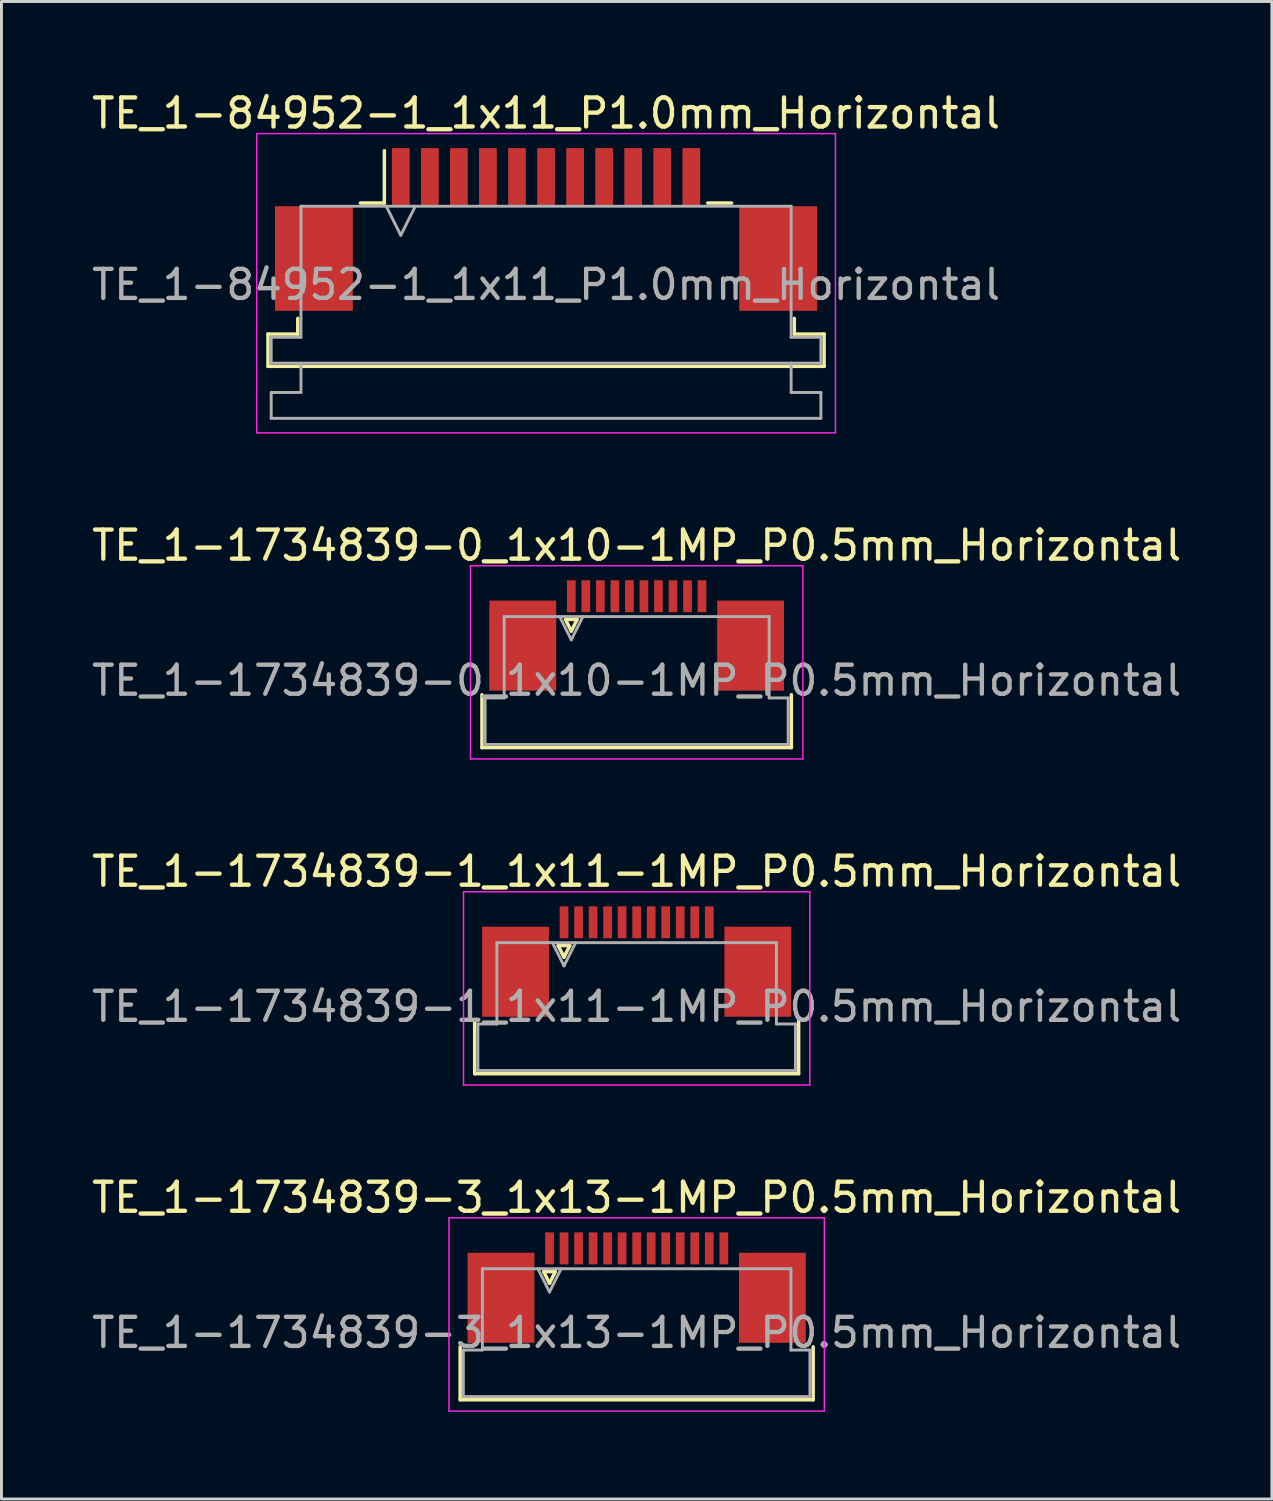
<source format=kicad_pcb>
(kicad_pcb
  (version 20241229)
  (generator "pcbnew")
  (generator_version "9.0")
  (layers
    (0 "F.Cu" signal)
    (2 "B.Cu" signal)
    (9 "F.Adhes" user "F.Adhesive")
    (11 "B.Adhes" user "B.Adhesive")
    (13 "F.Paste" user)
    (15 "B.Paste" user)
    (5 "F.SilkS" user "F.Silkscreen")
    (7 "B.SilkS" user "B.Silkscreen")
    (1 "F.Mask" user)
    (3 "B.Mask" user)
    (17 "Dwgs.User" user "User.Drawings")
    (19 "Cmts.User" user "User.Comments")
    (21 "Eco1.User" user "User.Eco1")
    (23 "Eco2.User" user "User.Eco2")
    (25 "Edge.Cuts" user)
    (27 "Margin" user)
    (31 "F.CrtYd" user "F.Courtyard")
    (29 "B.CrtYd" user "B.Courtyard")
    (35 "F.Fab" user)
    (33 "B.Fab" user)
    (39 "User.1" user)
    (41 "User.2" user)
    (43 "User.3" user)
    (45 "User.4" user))
  (footprint "TE_1-84952-1_1x11_P1.0mm_Horizontal"
    (layer "F.Cu")
    (at 15.744 4.848)
    (property "Reference" "TE_1-84952-1_1x11_P1.0mm_Horizontal" (at 0 -4 0) (layer "F.SilkS") (effects (font (size 1 1) (thickness 0.15))))
    (attr smd)
    (fp_line (start -9.57 3.6) (end -8.545 3.6) (stroke (width 0.12) (type solid)) (layer "F.SilkS"))
    (fp_line (start -9.57 4.71) (end -9.57 3.6) (stroke (width 0.12) (type solid)) (layer "F.SilkS"))
    (fp_line (start -8.545 3.6) (end -8.545 3.06) (stroke (width 0.12) (type solid)) (layer "F.SilkS"))
    (fp_line (start -6.39 -0.91) (end -5.565 -0.91) (stroke (width 0.12) (type solid)) (layer "F.SilkS"))
    (fp_line (start -5.565 -0.91) (end -5.565 -2.71) (stroke (width 0.12) (type solid)) (layer "F.SilkS"))
    (fp_line (start 5.565 -0.91) (end 6.39 -0.91) (stroke (width 0.12) (type solid)) (layer "F.SilkS"))
    (fp_line (start 8.545 3.06) (end 8.545 3.6) (stroke (width 0.12) (type solid)) (layer "F.SilkS"))
    (fp_line (start 8.545 3.6) (end 9.57 3.6) (stroke (width 0.12) (type solid)) (layer "F.SilkS"))
    (fp_line (start 9.57 3.6) (end 9.57 4.71) (stroke (width 0.12) (type solid)) (layer "F.SilkS"))
    (fp_line (start 9.57 4.71) (end -9.57 4.71) (stroke (width 0.12) (type solid)) (layer "F.SilkS"))
    (fp_line (start -9.96 -3.3) (end -9.96 7) (stroke (width 0.05) (type solid)) (layer "F.CrtYd"))
    (fp_line (start -9.96 7) (end 9.96 7) (stroke (width 0.05) (type solid)) (layer "F.CrtYd"))
    (fp_line (start 9.96 -3.3) (end -9.96 -3.3) (stroke (width 0.05) (type solid)) (layer "F.CrtYd"))
    (fp_line (start 9.96 7) (end 9.96 -3.3) (stroke (width 0.05) (type solid)) (layer "F.CrtYd"))
    (fp_line (start -9.46 3.71) (end -8.435 3.71) (stroke (width 0.1) (type solid)) (layer "F.Fab"))
    (fp_line (start -9.46 4.6) (end -9.46 3.71) (stroke (width 0.1) (type solid)) (layer "F.Fab"))
    (fp_line (start -9.46 5.61) (end -8.435 5.61) (stroke (width 0.1) (type solid)) (layer "F.Fab"))
    (fp_line (start -9.46 6.5) (end -9.46 5.61) (stroke (width 0.1) (type solid)) (layer "F.Fab"))
    (fp_line (start -8.435 -0.8) (end 8.435 -0.8) (stroke (width 0.1) (type solid)) (layer "F.Fab"))
    (fp_line (start -8.435 3.71) (end -8.435 -0.8) (stroke (width 0.1) (type solid)) (layer "F.Fab"))
    (fp_line (start -8.435 5.61) (end -8.435 4.6) (stroke (width 0.1) (type solid)) (layer "F.Fab"))
    (fp_line (start -5.5 -0.8) (end -5 0.2) (stroke (width 0.1) (type solid)) (layer "F.Fab"))
    (fp_line (start -5 0.2) (end -4.5 -0.8) (stroke (width 0.1) (type solid)) (layer "F.Fab"))
    (fp_line (start 8.435 -0.8) (end 8.435 3.71) (stroke (width 0.1) (type solid)) (layer "F.Fab"))
    (fp_line (start 8.435 3.71) (end 9.46 3.71) (stroke (width 0.1) (type solid)) (layer "F.Fab"))
    (fp_line (start 8.435 4.6) (end 8.435 5.61) (stroke (width 0.1) (type solid)) (layer "F.Fab"))
    (fp_line (start 8.435 5.61) (end 9.46 5.61) (stroke (width 0.1) (type solid)) (layer "F.Fab"))
    (fp_line (start 9.46 3.71) (end 9.46 4.6) (stroke (width 0.1) (type solid)) (layer "F.Fab"))
    (fp_line (start 9.46 4.6) (end -9.46 4.6) (stroke (width 0.1) (type solid)) (layer "F.Fab"))
    (fp_line (start 9.46 5.61) (end 9.46 6.5) (stroke (width 0.1) (type solid)) (layer "F.Fab"))
    (fp_line (start 9.46 6.5) (end -9.46 6.5) (stroke (width 0.1) (type solid)) (layer "F.Fab"))
    (fp_text user "${REFERENCE}" (at 0 1.9 0) (layer "F.Fab") (effects (font (size 1 1) (thickness 0.15))))
    (pad "" smd rect (at -7.99 1) (size 2.68 3.6) (layers "F.Cu" "F.Mask" "F.Paste"))
    (pad "" smd rect (at 7.99 1) (size 2.68 3.6) (layers "F.Cu" "F.Mask" "F.Paste"))
    (pad "1" smd rect (at -5 -1.8) (size 0.61 2) (layers "F.Cu" "F.Mask" "F.Paste"))
    (pad "2" smd rect (at -4 -1.8) (size 0.61 2) (layers "F.Cu" "F.Mask" "F.Paste"))
    (pad "3" smd rect (at -3 -1.8) (size 0.61 2) (layers "F.Cu" "F.Mask" "F.Paste"))
    (pad "4" smd rect (at -2 -1.8) (size 0.61 2) (layers "F.Cu" "F.Mask" "F.Paste"))
    (pad "5" smd rect (at -1 -1.8) (size 0.61 2) (layers "F.Cu" "F.Mask" "F.Paste"))
    (pad "6" smd rect (at 0 -1.8) (size 0.61 2) (layers "F.Cu" "F.Mask" "F.Paste"))
    (pad "7" smd rect (at 1 -1.8) (size 0.61 2) (layers "F.Cu" "F.Mask" "F.Paste"))
    (pad "8" smd rect (at 2 -1.8) (size 0.61 2) (layers "F.Cu" "F.Mask" "F.Paste"))
    (pad "9" smd rect (at 3 -1.8) (size 0.61 2) (layers "F.Cu" "F.Mask" "F.Paste"))
    (pad "10" smd rect (at 4 -1.8) (size 0.61 2) (layers "F.Cu" "F.Mask" "F.Paste"))
    (pad "11" smd rect (at 5 -1.8) (size 0.61 2) (layers "F.Cu" "F.Mask" "F.Paste")))
  (footprint "TE_1-1734839-0_1x10-1MP_P0.5mm_Horizontal"
    (layer "F.Cu")
    (at 18.863 18.822)
    (property "Reference" "TE_1-1734839-0_1x10-1MP_P0.5mm_Horizontal" (at 0 -3.1 0) (layer "F.SilkS") (effects (font (size 1 1) (thickness 0.15))))
    (attr smd)
    (fp_line (start -5.325 3.86) (end -5.325 2.04) (stroke (width 0.12) (type solid)) (layer "F.SilkS"))
    (fp_line (start -2.45 -0.55) (end -2.25 -0.15) (stroke (width 0.12) (type solid)) (layer "F.SilkS"))
    (fp_line (start -2.25 -0.15) (end -2.05 -0.55) (stroke (width 0.12) (type solid)) (layer "F.SilkS"))
    (fp_line (start -2.05 -0.55) (end -2.45 -0.55) (stroke (width 0.12) (type solid)) (layer "F.SilkS"))
    (fp_line (start 5.325 2.04) (end 5.325 3.86) (stroke (width 0.12) (type solid)) (layer "F.SilkS"))
    (fp_line (start 5.325 3.86) (end -5.325 3.86) (stroke (width 0.12) (type solid)) (layer "F.SilkS"))
    (fp_line (start -5.72 -2.4) (end -5.72 4.25) (stroke (width 0.05) (type solid)) (layer "F.CrtYd"))
    (fp_line (start -5.72 4.25) (end 5.72 4.25) (stroke (width 0.05) (type solid)) (layer "F.CrtYd"))
    (fp_line (start 5.72 -2.4) (end -5.72 -2.4) (stroke (width 0.05) (type solid)) (layer "F.CrtYd"))
    (fp_line (start 5.72 4.25) (end 5.72 -2.4) (stroke (width 0.05) (type solid)) (layer "F.CrtYd"))
    (fp_line (start -5.215 2.15) (end -4.56 2.15) (stroke (width 0.1) (type solid)) (layer "F.Fab"))
    (fp_line (start -5.215 3.75) (end -5.215 2.15) (stroke (width 0.1) (type solid)) (layer "F.Fab"))
    (fp_line (start -4.56 -0.65) (end 4.56 -0.65) (stroke (width 0.1) (type solid)) (layer "F.Fab"))
    (fp_line (start -4.56 2.15) (end -4.56 -0.65) (stroke (width 0.1) (type solid)) (layer "F.Fab"))
    (fp_line (start -2.65 -0.65) (end -2.25 0.15) (stroke (width 0.1) (type solid)) (layer "F.Fab"))
    (fp_line (start -2.25 0.15) (end -1.85 -0.65) (stroke (width 0.1) (type solid)) (layer "F.Fab"))
    (fp_line (start 4.56 -0.65) (end 4.56 2.15) (stroke (width 0.1) (type solid)) (layer "F.Fab"))
    (fp_line (start 4.56 2.15) (end 5.215 2.15) (stroke (width 0.1) (type solid)) (layer "F.Fab"))
    (fp_line (start 5.215 2.15) (end 5.215 3.75) (stroke (width 0.1) (type solid)) (layer "F.Fab"))
    (fp_line (start 5.215 3.75) (end -5.215 3.75) (stroke (width 0.1) (type solid)) (layer "F.Fab"))
    (fp_text user "${REFERENCE}" (at 0 1.55 0) (layer "F.Fab") (effects (font (size 1 1) (thickness 0.15))))
    (pad "1" smd rect (at -2.25 -1.35) (size 0.3 1.1) (layers "F.Cu" "F.Mask" "F.Paste"))
    (pad "2" smd rect (at -1.75 -1.35) (size 0.3 1.1) (layers "F.Cu" "F.Mask" "F.Paste"))
    (pad "3" smd rect (at -1.25 -1.35) (size 0.3 1.1) (layers "F.Cu" "F.Mask" "F.Paste"))
    (pad "4" smd rect (at -0.75 -1.35) (size 0.3 1.1) (layers "F.Cu" "F.Mask" "F.Paste"))
    (pad "5" smd rect (at -0.25 -1.35) (size 0.3 1.1) (layers "F.Cu" "F.Mask" "F.Paste"))
    (pad "6" smd rect (at 0.25 -1.35) (size 0.3 1.1) (layers "F.Cu" "F.Mask" "F.Paste"))
    (pad "7" smd rect (at 0.75 -1.35) (size 0.3 1.1) (layers "F.Cu" "F.Mask" "F.Paste"))
    (pad "8" smd rect (at 1.25 -1.35) (size 0.3 1.1) (layers "F.Cu" "F.Mask" "F.Paste"))
    (pad "9" smd rect (at 1.75 -1.35) (size 0.3 1.1) (layers "F.Cu" "F.Mask" "F.Paste"))
    (pad "10" smd rect (at 2.25 -1.35) (size 0.3 1.1) (layers "F.Cu" "F.Mask" "F.Paste"))
    (pad "MP" smd rect (at -3.92 0.35) (size 2.3 3.1) (layers "F.Cu" "F.Mask" "F.Paste"))
    (pad "MP" smd rect (at 3.92 0.35) (size 2.3 3.1) (layers "F.Cu" "F.Mask" "F.Paste")))
  (footprint "TE_1-1734839-1_1x11-1MP_P0.5mm_Horizontal"
    (layer "F.Cu")
    (at 18.863 30.495)
    (property "Reference" "TE_1-1734839-1_1x11-1MP_P0.5mm_Horizontal" (at 0 -3.55 0) (layer "F.SilkS") (effects (font (size 1 1) (thickness 0.15))))
    (attr smd)
    (fp_line (start -5.575 3.41) (end -5.575 1.59) (stroke (width 0.12) (type solid)) (layer "F.SilkS"))
    (fp_line (start -2.7 -1) (end -2.5 -0.6) (stroke (width 0.12) (type solid)) (layer "F.SilkS"))
    (fp_line (start -2.5 -0.6) (end -2.3 -1) (stroke (width 0.12) (type solid)) (layer "F.SilkS"))
    (fp_line (start -2.3 -1) (end -2.7 -1) (stroke (width 0.12) (type solid)) (layer "F.SilkS"))
    (fp_line (start 5.575 1.59) (end 5.575 3.41) (stroke (width 0.12) (type solid)) (layer "F.SilkS"))
    (fp_line (start 5.575 3.41) (end -5.575 3.41) (stroke (width 0.12) (type solid)) (layer "F.SilkS"))
    (fp_line (start -5.96 -2.85) (end -5.96 3.8) (stroke (width 0.05) (type solid)) (layer "F.CrtYd"))
    (fp_line (start -5.96 3.8) (end 5.96 3.8) (stroke (width 0.05) (type solid)) (layer "F.CrtYd"))
    (fp_line (start 5.96 -2.85) (end -5.96 -2.85) (stroke (width 0.05) (type solid)) (layer "F.CrtYd"))
    (fp_line (start 5.96 3.8) (end 5.96 -2.85) (stroke (width 0.05) (type solid)) (layer "F.CrtYd"))
    (fp_line (start -5.465 1.7) (end -4.81 1.7) (stroke (width 0.1) (type solid)) (layer "F.Fab"))
    (fp_line (start -5.465 3.3) (end -5.465 1.7) (stroke (width 0.1) (type solid)) (layer "F.Fab"))
    (fp_line (start -4.81 -1.1) (end 4.81 -1.1) (stroke (width 0.1) (type solid)) (layer "F.Fab"))
    (fp_line (start -4.81 1.7) (end -4.81 -1.1) (stroke (width 0.1) (type solid)) (layer "F.Fab"))
    (fp_line (start -2.9 -1.1) (end -2.5 -0.3) (stroke (width 0.1) (type solid)) (layer "F.Fab"))
    (fp_line (start -2.5 -0.3) (end -2.1 -1.1) (stroke (width 0.1) (type solid)) (layer "F.Fab"))
    (fp_line (start 4.81 -1.1) (end 4.81 1.7) (stroke (width 0.1) (type solid)) (layer "F.Fab"))
    (fp_line (start 4.81 1.7) (end 5.465 1.7) (stroke (width 0.1) (type solid)) (layer "F.Fab"))
    (fp_line (start 5.465 1.7) (end 5.465 3.3) (stroke (width 0.1) (type solid)) (layer "F.Fab"))
    (fp_line (start 5.465 3.3) (end -5.465 3.3) (stroke (width 0.1) (type solid)) (layer "F.Fab"))
    (fp_text user "${REFERENCE}" (at 0 1.1 0) (layer "F.Fab") (effects (font (size 1 1) (thickness 0.15))))
    (pad "1" smd rect (at -2.5 -1.8) (size 0.3 1.1) (layers "F.Cu" "F.Mask" "F.Paste"))
    (pad "2" smd rect (at -2 -1.8) (size 0.3 1.1) (layers "F.Cu" "F.Mask" "F.Paste"))
    (pad "3" smd rect (at -1.5 -1.8) (size 0.3 1.1) (layers "F.Cu" "F.Mask" "F.Paste"))
    (pad "4" smd rect (at -1 -1.8) (size 0.3 1.1) (layers "F.Cu" "F.Mask" "F.Paste"))
    (pad "5" smd rect (at -0.5 -1.8) (size 0.3 1.1) (layers "F.Cu" "F.Mask" "F.Paste"))
    (pad "6" smd rect (at 0 -1.8) (size 0.3 1.1) (layers "F.Cu" "F.Mask" "F.Paste"))
    (pad "7" smd rect (at 0.5 -1.8) (size 0.3 1.1) (layers "F.Cu" "F.Mask" "F.Paste"))
    (pad "8" smd rect (at 1 -1.8) (size 0.3 1.1) (layers "F.Cu" "F.Mask" "F.Paste"))
    (pad "9" smd rect (at 1.5 -1.8) (size 0.3 1.1) (layers "F.Cu" "F.Mask" "F.Paste"))
    (pad "10" smd rect (at 2 -1.8) (size 0.3 1.1) (layers "F.Cu" "F.Mask" "F.Paste"))
    (pad "11" smd rect (at 2.5 -1.8) (size 0.3 1.1) (layers "F.Cu" "F.Mask" "F.Paste"))
    (pad "MP" smd rect (at -4.17 -0.1) (size 2.3 3.1) (layers "F.Cu" "F.Mask" "F.Paste"))
    (pad "MP" smd rect (at 4.17 -0.1) (size 2.3 3.1) (layers "F.Cu" "F.Mask" "F.Paste")))
  (footprint "TE_1-1734839-3_1x13-1MP_P0.5mm_Horizontal"
    (layer "F.Cu")
    (at 18.863 42.168)
    (property "Reference" "TE_1-1734839-3_1x13-1MP_P0.5mm_Horizontal" (at 0 -4 0) (layer "F.SilkS") (effects (font (size 1 1) (thickness 0.15))))
    (attr smd)
    (fp_line (start -6.075 2.96) (end -6.075 1.14) (stroke (width 0.12) (type solid)) (layer "F.SilkS"))
    (fp_line (start -3.2 -1.45) (end -3 -1.05) (stroke (width 0.12) (type solid)) (layer "F.SilkS"))
    (fp_line (start -3 -1.05) (end -2.8 -1.45) (stroke (width 0.12) (type solid)) (layer "F.SilkS"))
    (fp_line (start -2.8 -1.45) (end -3.2 -1.45) (stroke (width 0.12) (type solid)) (layer "F.SilkS"))
    (fp_line (start 6.075 1.14) (end 6.075 2.96) (stroke (width 0.12) (type solid)) (layer "F.SilkS"))
    (fp_line (start 6.075 2.96) (end -6.075 2.96) (stroke (width 0.12) (type solid)) (layer "F.SilkS"))
    (fp_line (start -6.46 -3.3) (end -6.46 3.35) (stroke (width 0.05) (type solid)) (layer "F.CrtYd"))
    (fp_line (start -6.46 3.35) (end 6.46 3.35) (stroke (width 0.05) (type solid)) (layer "F.CrtYd"))
    (fp_line (start 6.46 -3.3) (end -6.46 -3.3) (stroke (width 0.05) (type solid)) (layer "F.CrtYd"))
    (fp_line (start 6.46 3.35) (end 6.46 -3.3) (stroke (width 0.05) (type solid)) (layer "F.CrtYd"))
    (fp_line (start -5.965 1.25) (end -5.31 1.25) (stroke (width 0.1) (type solid)) (layer "F.Fab"))
    (fp_line (start -5.965 2.85) (end -5.965 1.25) (stroke (width 0.1) (type solid)) (layer "F.Fab"))
    (fp_line (start -5.31 -1.55) (end 5.31 -1.55) (stroke (width 0.1) (type solid)) (layer "F.Fab"))
    (fp_line (start -5.31 1.25) (end -5.31 -1.55) (stroke (width 0.1) (type solid)) (layer "F.Fab"))
    (fp_line (start -3.4 -1.55) (end -3 -0.75) (stroke (width 0.1) (type solid)) (layer "F.Fab"))
    (fp_line (start -3 -0.75) (end -2.6 -1.55) (stroke (width 0.1) (type solid)) (layer "F.Fab"))
    (fp_line (start 5.31 -1.55) (end 5.31 1.25) (stroke (width 0.1) (type solid)) (layer "F.Fab"))
    (fp_line (start 5.31 1.25) (end 5.965 1.25) (stroke (width 0.1) (type solid)) (layer "F.Fab"))
    (fp_line (start 5.965 1.25) (end 5.965 2.85) (stroke (width 0.1) (type solid)) (layer "F.Fab"))
    (fp_line (start 5.965 2.85) (end -5.965 2.85) (stroke (width 0.1) (type solid)) (layer "F.Fab"))
    (fp_text user "${REFERENCE}" (at 0 0.65 0) (layer "F.Fab") (effects (font (size 1 1) (thickness 0.15))))
    (pad "1" smd rect (at -3 -2.25) (size 0.3 1.1) (layers "F.Cu" "F.Mask" "F.Paste"))
    (pad "2" smd rect (at -2.5 -2.25) (size 0.3 1.1) (layers "F.Cu" "F.Mask" "F.Paste"))
    (pad "3" smd rect (at -2 -2.25) (size 0.3 1.1) (layers "F.Cu" "F.Mask" "F.Paste"))
    (pad "4" smd rect (at -1.5 -2.25) (size 0.3 1.1) (layers "F.Cu" "F.Mask" "F.Paste"))
    (pad "5" smd rect (at -1 -2.25) (size 0.3 1.1) (layers "F.Cu" "F.Mask" "F.Paste"))
    (pad "6" smd rect (at -0.5 -2.25) (size 0.3 1.1) (layers "F.Cu" "F.Mask" "F.Paste"))
    (pad "7" smd rect (at 0 -2.25) (size 0.3 1.1) (layers "F.Cu" "F.Mask" "F.Paste"))
    (pad "8" smd rect (at 0.5 -2.25) (size 0.3 1.1) (layers "F.Cu" "F.Mask" "F.Paste"))
    (pad "9" smd rect (at 1 -2.25) (size 0.3 1.1) (layers "F.Cu" "F.Mask" "F.Paste"))
    (pad "10" smd rect (at 1.5 -2.25) (size 0.3 1.1) (layers "F.Cu" "F.Mask" "F.Paste"))
    (pad "11" smd rect (at 2 -2.25) (size 0.3 1.1) (layers "F.Cu" "F.Mask" "F.Paste"))
    (pad "12" smd rect (at 2.5 -2.25) (size 0.3 1.1) (layers "F.Cu" "F.Mask" "F.Paste"))
    (pad "13" smd rect (at 3 -2.25) (size 0.3 1.1) (layers "F.Cu" "F.Mask" "F.Paste"))
    (pad "MP" smd rect (at -4.67 -0.55) (size 2.3 3.1) (layers "F.Cu" "F.Mask" "F.Paste"))
    (pad "MP" smd rect (at 4.67 -0.55) (size 2.3 3.1) (layers "F.Cu" "F.Mask" "F.Paste")))
  (gr_rect
    (start -3 -3)
    (end 40.726 48.543)
    (stroke (width 0.1) (type default))
    (fill no)
    (layer "Edge.Cuts")))
</source>
